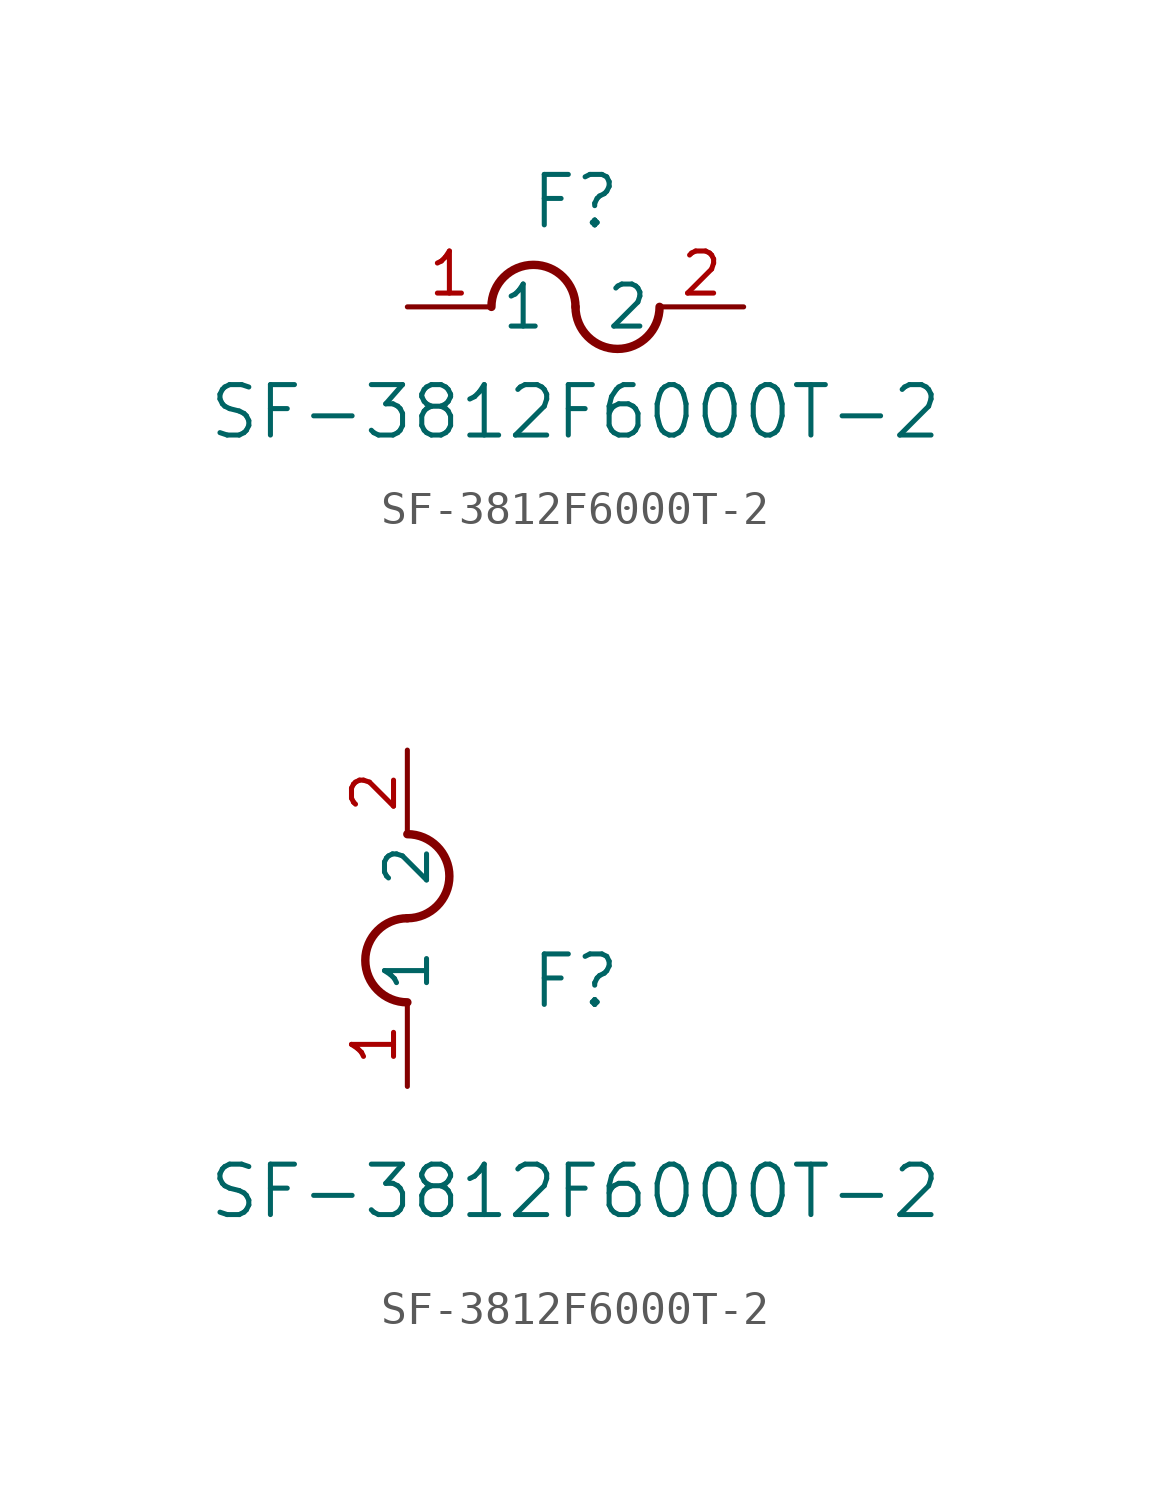
<source format=kicad_sym>
(kicad_symbol_lib
  (version 20211014)
  (generator kicad_symbol_editor)
  (symbol "SF-3812F6000T-2"
    (pin_names
      (offset 0.254))
    (property "Reference" "F"
      (at 5.08 3.175 0)
      (effects (font (size 1.524 1.524))))
    (property "Value" "SF-3812F6000T-2"
      (at 5.08 -3.175 0)
      (effects (font (size 1.524 1.524))))
    (symbol "SF-3812F6000T-2_1_1"
      (arc (start 5.08 0) (mid 3.81 1.27) (end 2.54 0) (stroke (width 0.254) (type default) (color 0 0 0 0)) (fill (type none)))
      (arc (start 5.08 0) (mid 6.35 -1.27) (end 7.62 0) (stroke (width 0.254) (type default) (color 0 0 0 0)) (fill (type none)))
      (pin unspecified line (at 0 0 0) (length 2.54) (name "1" (effects (font (size 1.27 1.27)))) (number "1" (effects (font (size 1.27 1.27)))))
      (pin unspecified line (at 10.16 0 180) (length 2.54) (name "2" (effects (font (size 1.27 1.27)))) (number "2" (effects (font (size 1.27 1.27))))))
    (symbol "SF-3812F6000T-2_1_2"
      (arc (start 0 5.08) (mid -1.27 3.81) (end 0 2.54) (stroke (width 0.254) (type default) (color 0 0 0 0)) (fill (type none)))
      (arc (start 0 5.08) (mid 1.27 6.35) (end 0 7.62) (stroke (width 0.254) (type default) (color 0 0 0 0)) (fill (type none)))
      (pin unspecified line (at 0 0 90) (length 2.54) (name "1" (effects (font (size 1.27 1.27)))) (number "1" (effects (font (size 1.27 1.27)))))
      (pin unspecified line (at 0 10.16 270) (length 2.54) (name "2" (effects (font (size 1.27 1.27)))) (number "2" (effects (font (size 1.27 1.27))))))))
</source>
